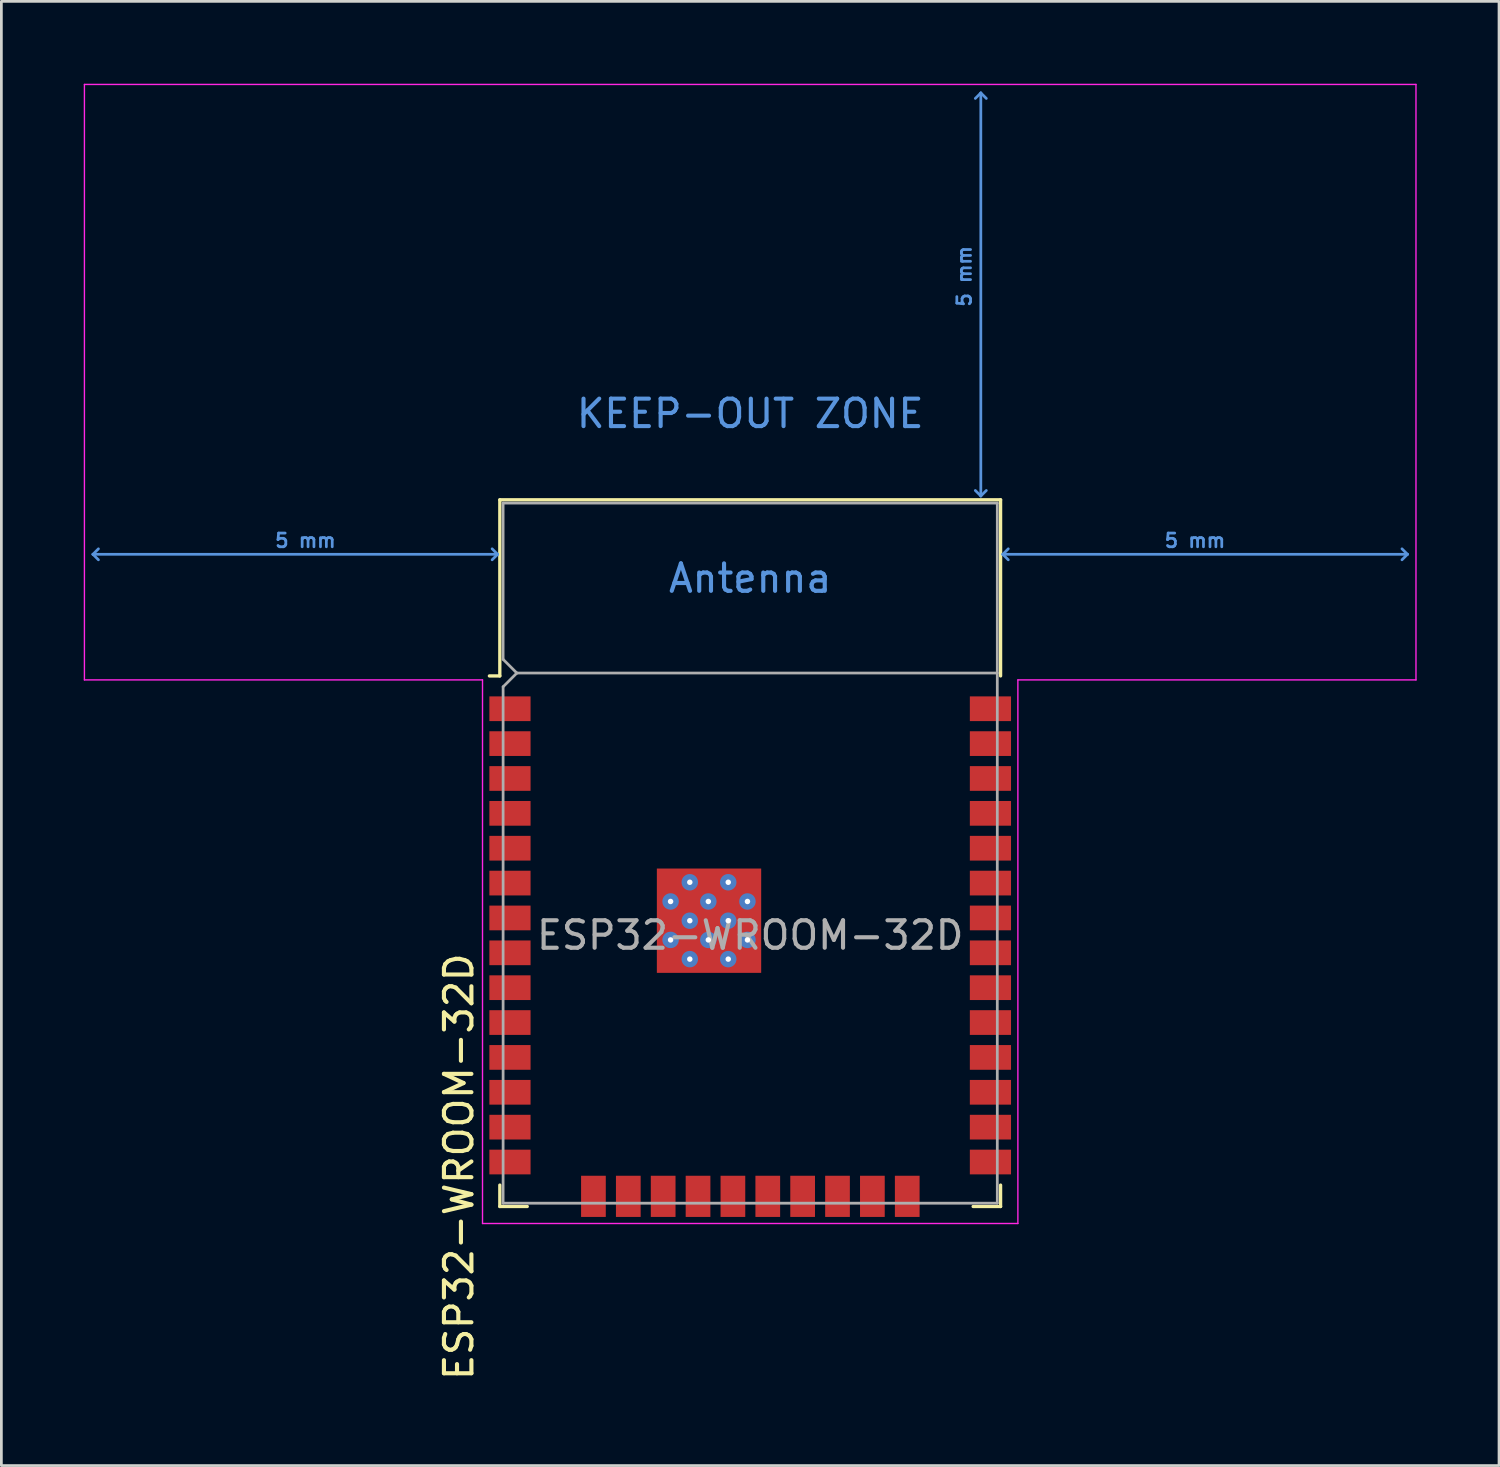
<source format=kicad_pcb>
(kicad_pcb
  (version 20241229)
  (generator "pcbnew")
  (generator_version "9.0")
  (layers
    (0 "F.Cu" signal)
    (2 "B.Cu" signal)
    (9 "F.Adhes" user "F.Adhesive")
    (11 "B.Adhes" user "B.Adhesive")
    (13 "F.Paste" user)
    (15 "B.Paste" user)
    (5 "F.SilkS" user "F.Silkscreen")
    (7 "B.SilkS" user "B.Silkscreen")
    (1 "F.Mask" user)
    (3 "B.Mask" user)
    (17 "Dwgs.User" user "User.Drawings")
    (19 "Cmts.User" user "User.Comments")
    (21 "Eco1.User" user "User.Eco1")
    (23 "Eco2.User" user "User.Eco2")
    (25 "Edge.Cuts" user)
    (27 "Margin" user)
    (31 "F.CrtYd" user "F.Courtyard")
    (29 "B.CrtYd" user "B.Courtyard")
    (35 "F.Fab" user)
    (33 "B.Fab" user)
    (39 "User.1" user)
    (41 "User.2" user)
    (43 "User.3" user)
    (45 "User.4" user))
  (footprint "ESP32-WROOM-32D"
    (layer "F.Cu")
    (at 24.275 31.015)
    (property "Reference" "ESP32-WROOM-32D" (at -10.61 8.43 90) (layer "F.SilkS") (effects (font (size 1 1) (thickness 0.15))))
    (attr smd)
    (fp_line (start -9.12 -15.86) (end -9.12 -9.445) (stroke (width 0.12) (type solid)) (layer "F.SilkS"))
    (fp_line (start -9.12 -15.86) (end 9.12 -15.86) (stroke (width 0.12) (type solid)) (layer "F.SilkS"))
    (fp_line (start -9.12 -9.445) (end -9.5 -9.445) (stroke (width 0.12) (type solid)) (layer "F.SilkS"))
    (fp_line (start -9.12 9.1) (end -9.12 9.88) (stroke (width 0.12) (type solid)) (layer "F.SilkS"))
    (fp_line (start -9.12 9.88) (end -8.12 9.88) (stroke (width 0.12) (type solid)) (layer "F.SilkS"))
    (fp_line (start 9.12 -15.86) (end 9.12 -9.445) (stroke (width 0.12) (type solid)) (layer "F.SilkS"))
    (fp_line (start 9.12 9.1) (end 9.12 9.88) (stroke (width 0.12) (type solid)) (layer "F.SilkS"))
    (fp_line (start 9.12 9.88) (end 8.12 9.88) (stroke (width 0.12) (type solid)) (layer "F.SilkS"))
    (fp_line (start -23.94 -13.875) (end -23.74 -14.075) (stroke (width 0.1) (type solid)) (layer "Cmts.User"))
    (fp_line (start -23.94 -13.875) (end -23.74 -13.675) (stroke (width 0.1) (type solid)) (layer "Cmts.User"))
    (fp_line (start -23.94 -13.875) (end -9.2 -13.875) (stroke (width 0.1) (type solid)) (layer "Cmts.User"))
    (fp_line (start -9.2 -13.875) (end -9.4 -14.075) (stroke (width 0.1) (type solid)) (layer "Cmts.User"))
    (fp_line (start -9.2 -13.875) (end -9.4 -13.675) (stroke (width 0.1) (type solid)) (layer "Cmts.User"))
    (fp_line (start 8.4 -30.68) (end 8.2 -30.48) (stroke (width 0.1) (type solid)) (layer "Cmts.User"))
    (fp_line (start 8.4 -30.68) (end 8.6 -30.48) (stroke (width 0.1) (type solid)) (layer "Cmts.User"))
    (fp_line (start 8.4 -16) (end 8.2 -16.2) (stroke (width 0.1) (type solid)) (layer "Cmts.User"))
    (fp_line (start 8.4 -16) (end 8.4 -30.68) (stroke (width 0.1) (type solid)) (layer "Cmts.User"))
    (fp_line (start 8.4 -16) (end 8.6 -16.2) (stroke (width 0.1) (type solid)) (layer "Cmts.User"))
    (fp_line (start 9.2 -13.875) (end 9.4 -14.075) (stroke (width 0.1) (type solid)) (layer "Cmts.User"))
    (fp_line (start 9.2 -13.875) (end 9.4 -13.675) (stroke (width 0.1) (type solid)) (layer "Cmts.User"))
    (fp_line (start 9.2 -13.875) (end 23.94 -13.875) (stroke (width 0.1) (type solid)) (layer "Cmts.User"))
    (fp_line (start 23.94 -13.875) (end 23.74 -14.075) (stroke (width 0.1) (type solid)) (layer "Cmts.User"))
    (fp_line (start 23.94 -13.875) (end 23.74 -13.675) (stroke (width 0.1) (type solid)) (layer "Cmts.User"))
    (fp_line (start -24.25 -30.99) (end -24.25 -9.3) (stroke (width 0.05) (type solid)) (layer "F.CrtYd"))
    (fp_line (start -24.25 -30.99) (end 24.25 -30.99) (stroke (width 0.05) (type solid)) (layer "F.CrtYd"))
    (fp_line (start -24.25 -9.3) (end -9.75 -9.3) (stroke (width 0.05) (type solid)) (layer "F.CrtYd"))
    (fp_line (start -9.75 10.5) (end -9.75 -9.3) (stroke (width 0.05) (type solid)) (layer "F.CrtYd"))
    (fp_line (start -9.75 10.5) (end 9.75 10.5) (stroke (width 0.05) (type solid)) (layer "F.CrtYd"))
    (fp_line (start 9.75 -9.3) (end 9.75 10.5) (stroke (width 0.05) (type solid)) (layer "F.CrtYd"))
    (fp_line (start 9.75 -9.3) (end 24.25 -9.3) (stroke (width 0.05) (type solid)) (layer "F.CrtYd"))
    (fp_line (start 24.25 -30.99) (end 24.25 -9.3) (stroke (width 0.05) (type solid)) (layer "F.CrtYd"))
    (fp_line (start -9 -15.74) (end -9 -10.05) (stroke (width 0.1) (type solid)) (layer "F.Fab"))
    (fp_line (start -9 -15.74) (end 9 -15.74) (stroke (width 0.1) (type solid)) (layer "F.Fab"))
    (fp_line (start -9 -9.05) (end -9 9.76) (stroke (width 0.1) (type solid)) (layer "F.Fab"))
    (fp_line (start -9 -9.05) (end -8.5 -9.55) (stroke (width 0.1) (type solid)) (layer "F.Fab"))
    (fp_line (start -9 9.76) (end 9 9.76) (stroke (width 0.1) (type solid)) (layer "F.Fab"))
    (fp_line (start -8.5 -9.55) (end -9 -10.05) (stroke (width 0.1) (type solid)) (layer "F.Fab"))
    (fp_line (start -8.5 -9.55) (end 9 -9.55) (stroke (width 0.1) (type solid)) (layer "F.Fab"))
    (fp_line (start 9 9.76) (end 9 -15.74) (stroke (width 0.1) (type solid)) (layer "F.Fab"))
    (fp_text user "KEEP-OUT ZONE" (at 0 -19 0) (layer "Cmts.User") (effects (font (size 1 1) (thickness 0.15))))
    (fp_text user "5 mm" (at 7.8 -24 90) (layer "Cmts.User") (effects (font (size 0.5 0.5) (thickness 0.1))))
    (fp_text user "Antenna" (at 0 -13 0) (layer "Cmts.User") (effects (font (size 1 1) (thickness 0.15))))
    (fp_text user "5 mm" (at 16.2 -14.375 0) (layer "Cmts.User") (effects (font (size 0.5 0.5) (thickness 0.1))))
    (fp_text user "5 mm" (at -16.2 -14.375 0) (layer "Cmts.User") (effects (font (size 0.5 0.5) (thickness 0.1))))
    (fp_text user "${REFERENCE}" (at 0 0 0) (layer "F.Fab") (effects (font (size 1 1) (thickness 0.15))))
    (pad "1" smd rect (at -8.75 -8.25) (size 1.5 0.9) (layers "F.Cu" "F.Mask" "F.Paste"))
    (pad "2" smd rect (at -8.75 -6.98) (size 1.5 0.9) (layers "F.Cu" "F.Mask" "F.Paste"))
    (pad "3" smd rect (at -8.75 -5.71) (size 1.5 0.9) (layers "F.Cu" "F.Mask" "F.Paste"))
    (pad "4" smd rect (at -8.75 -4.44) (size 1.5 0.9) (layers "F.Cu" "F.Mask" "F.Paste"))
    (pad "5" smd rect (at -8.75 -3.17) (size 1.5 0.9) (layers "F.Cu" "F.Mask" "F.Paste"))
    (pad "6" smd rect (at -8.75 -1.9) (size 1.5 0.9) (layers "F.Cu" "F.Mask" "F.Paste"))
    (pad "7" smd rect (at -8.75 -0.63) (size 1.5 0.9) (layers "F.Cu" "F.Mask" "F.Paste"))
    (pad "8" smd rect (at -8.75 0.64) (size 1.5 0.9) (layers "F.Cu" "F.Mask" "F.Paste"))
    (pad "9" smd rect (at -8.75 1.91) (size 1.5 0.9) (layers "F.Cu" "F.Mask" "F.Paste"))
    (pad "10" smd rect (at -8.75 3.18) (size 1.5 0.9) (layers "F.Cu" "F.Mask" "F.Paste"))
    (pad "11" smd rect (at -8.75 4.45) (size 1.5 0.9) (layers "F.Cu" "F.Mask" "F.Paste"))
    (pad "12" smd rect (at -8.75 5.72) (size 1.5 0.9) (layers "F.Cu" "F.Mask" "F.Paste"))
    (pad "13" smd rect (at -8.75 6.99) (size 1.5 0.9) (layers "F.Cu" "F.Mask" "F.Paste"))
    (pad "14" smd rect (at -8.75 8.26) (size 1.5 0.9) (layers "F.Cu" "F.Mask" "F.Paste"))
    (pad "15" smd rect (at -5.71 9.51 90) (size 1.5 0.9) (layers "F.Cu" "F.Mask" "F.Paste"))
    (pad "16" smd rect (at -4.44 9.51 90) (size 1.5 0.9) (layers "F.Cu" "F.Mask" "F.Paste"))
    (pad "17" smd rect (at -3.17 9.51 90) (size 1.5 0.9) (layers "F.Cu" "F.Mask" "F.Paste"))
    (pad "18" smd rect (at -1.9 9.51 90) (size 1.5 0.9) (layers "F.Cu" "F.Mask" "F.Paste"))
    (pad "19" smd rect (at -0.63 9.51 90) (size 1.5 0.9) (layers "F.Cu" "F.Mask" "F.Paste"))
    (pad "20" smd rect (at 0.64 9.51 90) (size 1.5 0.9) (layers "F.Cu" "F.Mask" "F.Paste"))
    (pad "21" smd rect (at 1.91 9.51 90) (size 1.5 0.9) (layers "F.Cu" "F.Mask" "F.Paste"))
    (pad "22" smd rect (at 3.18 9.51 90) (size 1.5 0.9) (layers "F.Cu" "F.Mask" "F.Paste"))
    (pad "23" smd rect (at 4.45 9.51 90) (size 1.5 0.9) (layers "F.Cu" "F.Mask" "F.Paste"))
    (pad "24" smd rect (at 5.72 9.51 90) (size 1.5 0.9) (layers "F.Cu" "F.Mask" "F.Paste"))
    (pad "25" smd rect (at 8.75 8.26) (size 1.5 0.9) (layers "F.Cu" "F.Mask" "F.Paste"))
    (pad "26" smd rect (at 8.75 6.99) (size 1.5 0.9) (layers "F.Cu" "F.Mask" "F.Paste"))
    (pad "27" smd rect (at 8.75 5.72) (size 1.5 0.9) (layers "F.Cu" "F.Mask" "F.Paste"))
    (pad "28" smd rect (at 8.75 4.45) (size 1.5 0.9) (layers "F.Cu" "F.Mask" "F.Paste"))
    (pad "29" smd rect (at 8.75 3.18) (size 1.5 0.9) (layers "F.Cu" "F.Mask" "F.Paste"))
    (pad "30" smd rect (at 8.75 1.91) (size 1.5 0.9) (layers "F.Cu" "F.Mask" "F.Paste"))
    (pad "31" smd rect (at 8.75 0.64) (size 1.5 0.9) (layers "F.Cu" "F.Mask" "F.Paste"))
    (pad "32" smd rect (at 8.75 -0.63) (size 1.5 0.9) (layers "F.Cu" "F.Mask" "F.Paste"))
    (pad "33" smd rect (at 8.75 -1.9) (size 1.5 0.9) (layers "F.Cu" "F.Mask" "F.Paste"))
    (pad "34" smd rect (at 8.75 -3.17) (size 1.5 0.9) (layers "F.Cu" "F.Mask" "F.Paste"))
    (pad "35" smd rect (at 8.75 -4.44) (size 1.5 0.9) (layers "F.Cu" "F.Mask" "F.Paste"))
    (pad "36" smd rect (at 8.75 -5.71) (size 1.5 0.9) (layers "F.Cu" "F.Mask" "F.Paste"))
    (pad "37" smd rect (at 8.75 -6.98) (size 1.5 0.9) (layers "F.Cu" "F.Mask" "F.Paste"))
    (pad "38" smd rect (at 8.75 -8.25) (size 1.5 0.9) (layers "F.Cu" "F.Mask" "F.Paste"))
    (pad "39" smd rect (at -2.9 -1.93) (size 0.9 0.9) (layers "F.Cu" "F.Paste"))
    (pad "39" thru_hole circle (at -2.9 -1.23) (size 0.6 0.6) (drill 0.2) (layers "*.Cu" "F.Mask"))
    (pad "39" smd rect (at -2.9 -0.53) (size 0.9 0.9) (layers "F.Cu" "F.Paste"))
    (pad "39" thru_hole circle (at -2.9 0.17) (size 0.6 0.6) (drill 0.2) (layers "*.Cu" "F.Mask"))
    (pad "39" smd rect (at -2.9 0.87) (size 0.9 0.9) (layers "F.Cu" "F.Paste"))
    (pad "39" thru_hole circle (at -2.2 -1.93) (size 0.6 0.6) (drill 0.2) (layers "*.Cu" "F.Mask"))
    (pad "39" thru_hole circle (at -2.2 -0.53) (size 0.6 0.6) (drill 0.2) (layers "*.Cu" "F.Mask"))
    (pad "39" thru_hole circle (at -2.2 0.87) (size 0.6 0.6) (drill 0.2) (layers "*.Cu" "F.Mask"))
    (pad "39" thru_hole circle (at -1.525 -1.23) (size 0.6 0.6) (drill 0.2) (layers "*.Cu" "F.Mask"))
    (pad "39" thru_hole circle (at -1.525 0.17) (size 0.6 0.6) (drill 0.2) (layers "*.Cu" "F.Mask"))
    (pad "39" smd rect (at -1.5 -1.93) (size 0.9 0.9) (layers "F.Cu" "F.Paste"))
    (pad "39" smd rect (at -1.5 -0.53) (size 0.9 0.9) (layers "F.Cu" "F.Paste"))
    (pad "39" smd rect (at -1.5 -0.53) (size 3.8 3.8) (layers "F.Cu" "F.Mask"))
    (pad "39" smd rect (at -1.5 0.87) (size 0.9 0.9) (layers "F.Cu" "F.Paste"))
    (pad "39" thru_hole circle (at -0.8 -1.93) (size 0.6 0.6) (drill 0.2) (layers "*.Cu" "F.Mask"))
    (pad "39" thru_hole circle (at -0.8 -0.53) (size 0.6 0.6) (drill 0.2) (layers "*.Cu" "F.Mask"))
    (pad "39" thru_hole circle (at -0.8 0.87) (size 0.6 0.6) (drill 0.2) (layers "*.Cu" "F.Mask"))
    (pad "39" smd rect (at -0.1 -1.93) (size 0.9 0.9) (layers "F.Cu" "F.Paste"))
    (pad "39" thru_hole circle (at -0.1 -1.23) (size 0.6 0.6) (drill 0.2) (layers "*.Cu" "F.Mask"))
    (pad "39" smd rect (at -0.1 -0.53) (size 0.9 0.9) (layers "F.Cu" "F.Paste"))
    (pad "39" thru_hole circle (at -0.1 0.17) (size 0.6 0.6) (drill 0.2) (layers "*.Cu" "F.Mask"))
    (pad "39" smd rect (at -0.1 0.87) (size 0.9 0.9) (layers "F.Cu" "F.Paste"))
    (zone (net_name "") (layers "F.Cu" "B.Cu") (hatch full 0.508) (connect_pads) (min_thickness 0.254) (filled_areas_thickness no) (keepout (tracks not_allowed) (vias not_allowed) (pads not_allowed) (copperpour not_allowed) (footprints not_allowed)) (placement (enabled no)) (fill) (polygon (pts (xy 0.275 21.465) (xy 48.275 21.465) (xy 48.275 0.275) (xy 0.275 0.275)))))
  (gr_rect
    (start -3 -3)
    (end 51.55 50.332)
    (stroke (width 0.1) (type default))
    (fill no)
    (layer "Edge.Cuts")))
</source>
